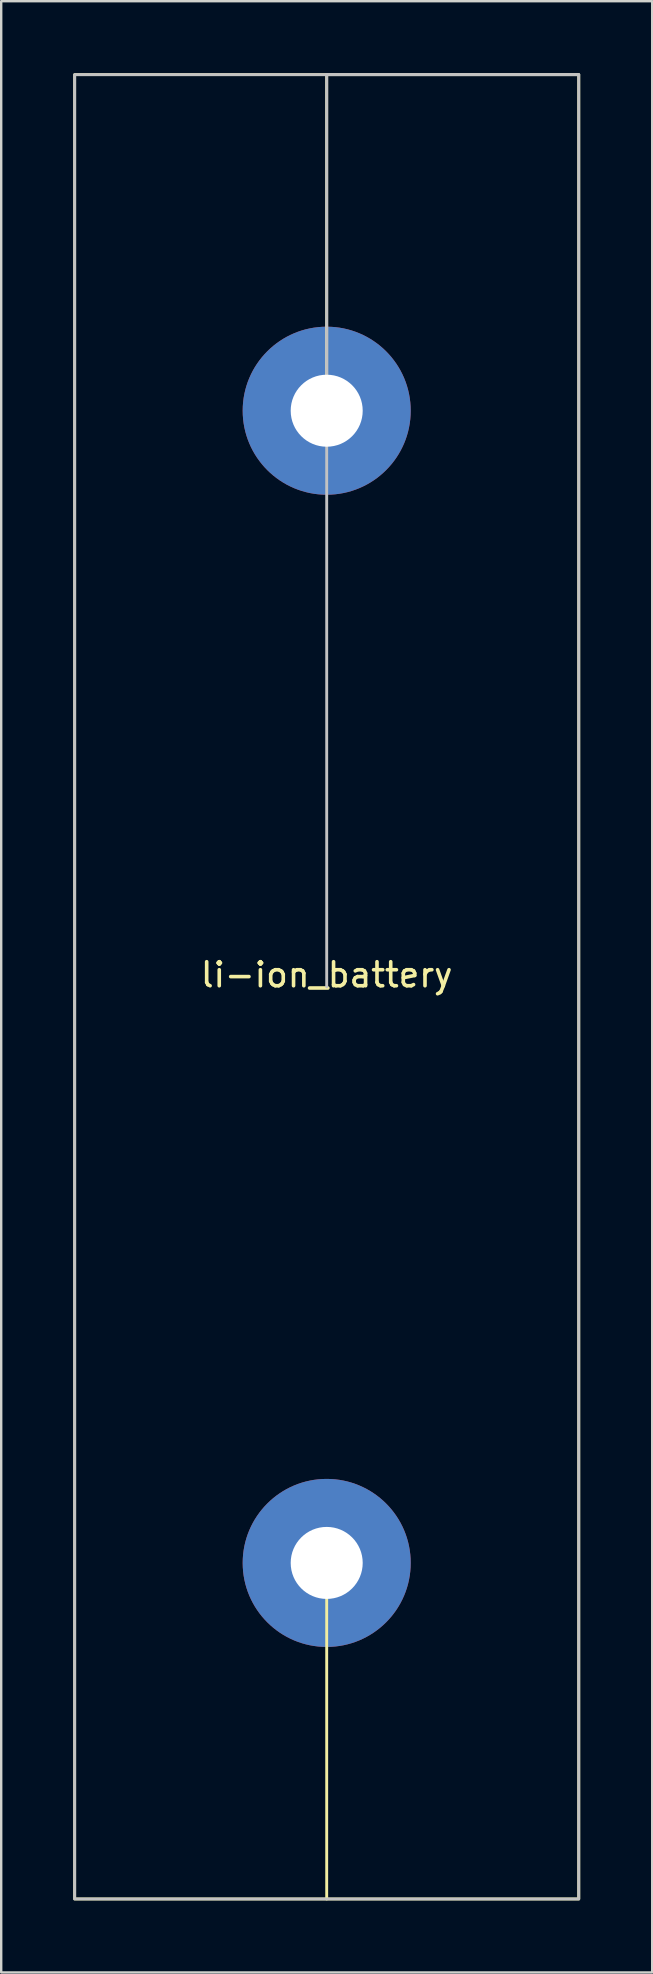
<source format=kicad_pcb>
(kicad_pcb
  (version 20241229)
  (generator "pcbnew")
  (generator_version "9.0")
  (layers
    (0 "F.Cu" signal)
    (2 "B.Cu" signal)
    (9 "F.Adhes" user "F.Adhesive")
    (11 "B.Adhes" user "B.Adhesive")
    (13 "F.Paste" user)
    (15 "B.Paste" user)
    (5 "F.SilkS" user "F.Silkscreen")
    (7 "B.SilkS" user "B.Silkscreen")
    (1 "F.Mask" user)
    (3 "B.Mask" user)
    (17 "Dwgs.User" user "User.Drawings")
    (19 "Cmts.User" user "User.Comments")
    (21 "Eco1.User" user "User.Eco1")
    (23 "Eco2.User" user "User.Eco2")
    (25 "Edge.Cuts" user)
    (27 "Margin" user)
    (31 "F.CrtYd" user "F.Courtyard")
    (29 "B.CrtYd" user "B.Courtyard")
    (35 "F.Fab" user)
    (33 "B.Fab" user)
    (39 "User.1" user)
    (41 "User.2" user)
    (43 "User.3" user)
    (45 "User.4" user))
  (footprint "li-ion_battery"
    (layer "F.Cu")
    (at 10.56 38.06)
    (property "Reference" "li-ion_battery" (at 0 -0.5 0) (unlocked yes) (layer "F.SilkS") (effects (font (size 1 1) (thickness 0.15))))
    (attr through_hole)
    (fp_line (start 0 -38) (end 0 -24) (stroke (width 0.12) (type solid)) (layer "F.SilkS"))
    (fp_line (start 0 38) (end 0 24) (stroke (width 0.12) (type solid)) (layer "F.SilkS"))
    (fp_rect (start -10.5 -38) (end 10.5 38) (stroke (width 0.12) (type solid)) (fill no) (layer "F.SilkS"))
    (fp_line (start 0 -38) (end 10.5 -38) (stroke (width 0.12) (type solid)) (layer "Dwgs.User"))
    (fp_line (start 0 0) (end 0 -38) (stroke (width 0.12) (type solid)) (layer "Dwgs.User"))
    (fp_rect (start 10.5 -38) (end -10.5 38) (stroke (width 0.12) (type solid)) (fill no) (layer "Dwgs.User"))
    (pad "1" thru_hole circle (at 0 -24) (size 7 7) (drill 3) (layers "*.Cu" "*.Mask"))
    (pad "2" thru_hole circle (at 0 24) (size 7 7) (drill 3) (layers "*.Cu" "*.Mask")))
  (gr_rect
    (start -3 -3)
    (end 24.12 79.12)
    (stroke (width 0.1) (type default))
    (fill no)
    (layer "Edge.Cuts")))
</source>
